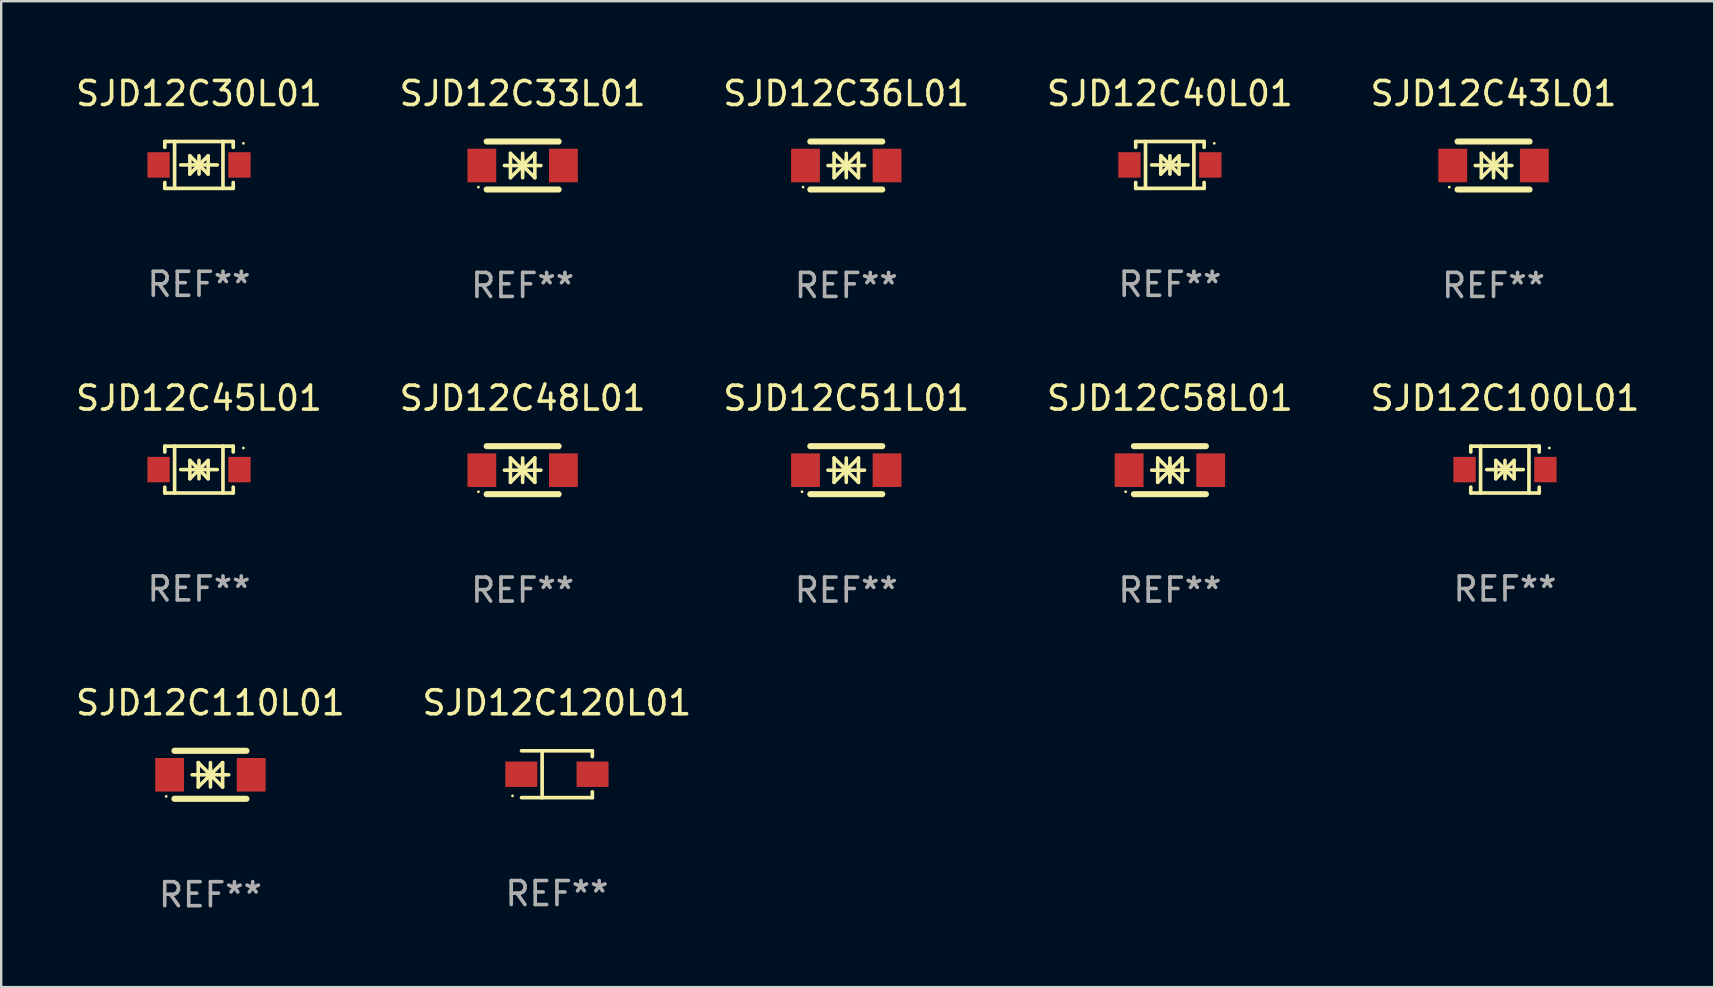
<source format=kicad_pcb>
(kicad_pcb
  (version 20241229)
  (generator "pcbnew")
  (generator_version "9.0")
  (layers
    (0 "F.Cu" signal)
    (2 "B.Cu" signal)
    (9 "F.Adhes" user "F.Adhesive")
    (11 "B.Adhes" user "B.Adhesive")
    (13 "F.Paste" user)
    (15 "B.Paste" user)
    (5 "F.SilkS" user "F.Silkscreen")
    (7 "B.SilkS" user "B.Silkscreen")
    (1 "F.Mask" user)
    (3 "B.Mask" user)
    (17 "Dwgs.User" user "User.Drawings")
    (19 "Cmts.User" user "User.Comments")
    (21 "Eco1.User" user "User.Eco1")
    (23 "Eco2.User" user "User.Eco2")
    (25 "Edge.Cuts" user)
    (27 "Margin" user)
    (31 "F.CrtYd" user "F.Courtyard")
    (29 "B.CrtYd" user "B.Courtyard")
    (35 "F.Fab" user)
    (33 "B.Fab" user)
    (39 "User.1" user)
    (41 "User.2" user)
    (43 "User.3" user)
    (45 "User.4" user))
  (footprint "SJD12C43L01"
    (layer "F.Cu")
    (at 59.196 3.848)
    (property "Reference" "SJD12C43L01" (at 0 -3 0) (layer "F.SilkS") (effects (font (size 1 1) (thickness 0.15))))
    (attr through_hole)
    (fp_line (start -1.5 -1) (end 1.5 -1) (stroke (width 0.254) (type solid)) (layer "F.SilkS"))
    (fp_line (start -1.5 1) (end 1.5 1) (stroke (width 0.254) (type solid)) (layer "F.SilkS"))
    (fp_line (start -0.762 0) (end 0.762 0) (stroke (width 0.15) (type solid)) (layer "F.SilkS"))
    (fp_line (start -0.508 -0.508) (end -0.508 0.508) (stroke (width 0.15) (type solid)) (layer "F.SilkS"))
    (fp_line (start 0 -0.508) (end 0 0.508) (stroke (width 0.15) (type solid)) (layer "F.SilkS"))
    (fp_line (start 0 0) (end -0.508 -0.508) (stroke (width 0.15) (type solid)) (layer "F.SilkS"))
    (fp_line (start 0 0) (end -0.508 0.508) (stroke (width 0.15) (type solid)) (layer "F.SilkS"))
    (fp_line (start 0 0) (end 0.508 -0.508) (stroke (width 0.15) (type solid)) (layer "F.SilkS"))
    (fp_line (start 0 0) (end 0.508 0.508) (stroke (width 0.15) (type solid)) (layer "F.SilkS"))
    (fp_line (start 0 0.254) (end 0 -0.254) (stroke (width 0.15) (type solid)) (layer "F.SilkS"))
    (fp_line (start 0.508 0.508) (end 0.508 -0.508) (stroke (width 0.15) (type solid)) (layer "F.SilkS"))
    (fp_circle (center -1.844 0.9) (end -1.814 0.9) (stroke (width 0.06) (type solid)) (fill no) (layer "F.SilkS"))
    (fp_text user "REF**" (at 0 5 0) (layer "F.Fab") (effects (font (size 1 1) (thickness 0.15))))
    (pad "1" smd rect (at -1.7 0) (size 1.2 1.4) (layers "F.Cu" "F.Mask" "F.Paste"))
    (pad "2" smd rect (at 1.7 0) (size 1.2 1.4) (layers "F.Cu" "F.Mask" "F.Paste")))
  (footprint "SJD12C33L01"
    (layer "F.Cu")
    (at 18.732 3.848)
    (property "Reference" "SJD12C33L01" (at 0 -3 0) (layer "F.SilkS") (effects (font (size 1 1) (thickness 0.15))))
    (attr through_hole)
    (fp_line (start -1.5 -1) (end 1.5 -1) (stroke (width 0.254) (type solid)) (layer "F.SilkS"))
    (fp_line (start -1.5 1) (end 1.5 1) (stroke (width 0.254) (type solid)) (layer "F.SilkS"))
    (fp_line (start -0.762 0) (end 0.762 0) (stroke (width 0.15) (type solid)) (layer "F.SilkS"))
    (fp_line (start -0.508 -0.508) (end -0.508 0.508) (stroke (width 0.15) (type solid)) (layer "F.SilkS"))
    (fp_line (start 0 -0.508) (end 0 0.508) (stroke (width 0.15) (type solid)) (layer "F.SilkS"))
    (fp_line (start 0 0) (end -0.508 -0.508) (stroke (width 0.15) (type solid)) (layer "F.SilkS"))
    (fp_line (start 0 0) (end -0.508 0.508) (stroke (width 0.15) (type solid)) (layer "F.SilkS"))
    (fp_line (start 0 0) (end 0.508 -0.508) (stroke (width 0.15) (type solid)) (layer "F.SilkS"))
    (fp_line (start 0 0) (end 0.508 0.508) (stroke (width 0.15) (type solid)) (layer "F.SilkS"))
    (fp_line (start 0 0.254) (end 0 -0.254) (stroke (width 0.15) (type solid)) (layer "F.SilkS"))
    (fp_line (start 0.508 0.508) (end 0.508 -0.508) (stroke (width 0.15) (type solid)) (layer "F.SilkS"))
    (fp_circle (center -1.844 0.9) (end -1.814 0.9) (stroke (width 0.06) (type solid)) (fill no) (layer "F.SilkS"))
    (fp_text user "REF**" (at 0 5 0) (layer "F.Fab") (effects (font (size 1 1) (thickness 0.15))))
    (pad "1" smd rect (at -1.7 0) (size 1.2 1.4) (layers "F.Cu" "F.Mask" "F.Paste"))
    (pad "2" smd rect (at 1.7 0) (size 1.2 1.4) (layers "F.Cu" "F.Mask" "F.Paste")))
  (footprint "SJD12C58L01"
    (layer "F.Cu")
    (at 45.708 16.545)
    (property "Reference" "SJD12C58L01" (at 0 -3 0) (layer "F.SilkS") (effects (font (size 1 1) (thickness 0.15))))
    (attr through_hole)
    (fp_line (start -1.5 -1) (end 1.5 -1) (stroke (width 0.254) (type solid)) (layer "F.SilkS"))
    (fp_line (start -1.5 1) (end 1.5 1) (stroke (width 0.254) (type solid)) (layer "F.SilkS"))
    (fp_line (start -0.762 0) (end 0.762 0) (stroke (width 0.15) (type solid)) (layer "F.SilkS"))
    (fp_line (start -0.508 -0.508) (end -0.508 0.508) (stroke (width 0.15) (type solid)) (layer "F.SilkS"))
    (fp_line (start 0 -0.508) (end 0 0.508) (stroke (width 0.15) (type solid)) (layer "F.SilkS"))
    (fp_line (start 0 0) (end -0.508 -0.508) (stroke (width 0.15) (type solid)) (layer "F.SilkS"))
    (fp_line (start 0 0) (end -0.508 0.508) (stroke (width 0.15) (type solid)) (layer "F.SilkS"))
    (fp_line (start 0 0) (end 0.508 -0.508) (stroke (width 0.15) (type solid)) (layer "F.SilkS"))
    (fp_line (start 0 0) (end 0.508 0.508) (stroke (width 0.15) (type solid)) (layer "F.SilkS"))
    (fp_line (start 0 0.254) (end 0 -0.254) (stroke (width 0.15) (type solid)) (layer "F.SilkS"))
    (fp_line (start 0.508 0.508) (end 0.508 -0.508) (stroke (width 0.15) (type solid)) (layer "F.SilkS"))
    (fp_circle (center -1.844 0.9) (end -1.814 0.9) (stroke (width 0.06) (type solid)) (fill no) (layer "F.SilkS"))
    (fp_text user "REF**" (at 0 5 0) (layer "F.Fab") (effects (font (size 1 1) (thickness 0.15))))
    (pad "1" smd rect (at -1.7 0) (size 1.2 1.4) (layers "F.Cu" "F.Mask" "F.Paste"))
    (pad "2" smd rect (at 1.7 0) (size 1.2 1.4) (layers "F.Cu" "F.Mask" "F.Paste")))
  (footprint "SJD12C48L01"
    (layer "F.Cu")
    (at 18.732 16.545)
    (property "Reference" "SJD12C48L01" (at 0 -3 0) (layer "F.SilkS") (effects (font (size 1 1) (thickness 0.15))))
    (attr through_hole)
    (fp_line (start -1.5 -1) (end 1.5 -1) (stroke (width 0.254) (type solid)) (layer "F.SilkS"))
    (fp_line (start -1.5 1) (end 1.5 1) (stroke (width 0.254) (type solid)) (layer "F.SilkS"))
    (fp_line (start -0.762 0) (end 0.762 0) (stroke (width 0.15) (type solid)) (layer "F.SilkS"))
    (fp_line (start -0.508 -0.508) (end -0.508 0.508) (stroke (width 0.15) (type solid)) (layer "F.SilkS"))
    (fp_line (start 0 -0.508) (end 0 0.508) (stroke (width 0.15) (type solid)) (layer "F.SilkS"))
    (fp_line (start 0 0) (end -0.508 -0.508) (stroke (width 0.15) (type solid)) (layer "F.SilkS"))
    (fp_line (start 0 0) (end -0.508 0.508) (stroke (width 0.15) (type solid)) (layer "F.SilkS"))
    (fp_line (start 0 0) (end 0.508 -0.508) (stroke (width 0.15) (type solid)) (layer "F.SilkS"))
    (fp_line (start 0 0) (end 0.508 0.508) (stroke (width 0.15) (type solid)) (layer "F.SilkS"))
    (fp_line (start 0 0.254) (end 0 -0.254) (stroke (width 0.15) (type solid)) (layer "F.SilkS"))
    (fp_line (start 0.508 0.508) (end 0.508 -0.508) (stroke (width 0.15) (type solid)) (layer "F.SilkS"))
    (fp_circle (center -1.844 0.9) (end -1.814 0.9) (stroke (width 0.06) (type solid)) (fill no) (layer "F.SilkS"))
    (fp_text user "REF**" (at 0 5 0) (layer "F.Fab") (effects (font (size 1 1) (thickness 0.15))))
    (pad "1" smd rect (at -1.7 0) (size 1.2 1.4) (layers "F.Cu" "F.Mask" "F.Paste"))
    (pad "2" smd rect (at 1.7 0) (size 1.2 1.4) (layers "F.Cu" "F.Mask" "F.Paste")))
  (footprint "SJD12C100L01"
    (layer "F.Cu")
    (at 59.673 16.521)
    (property "Reference" "SJD12C100L01" (at 0 -2.976 0) (layer "F.SilkS") (effects (font (size 1 1) (thickness 0.15))))
    (attr through_hole)
    (fp_line (start -1.426 -0.976) (end -1.426 -0.733) (stroke (width 0.152) (type solid)) (layer "F.SilkS"))
    (fp_line (start -1.426 -0.976) (end 1.426 -0.976) (stroke (width 0.152) (type solid)) (layer "F.SilkS"))
    (fp_line (start -1.426 0.976) (end -1.426 0.733) (stroke (width 0.152) (type solid)) (layer "F.SilkS"))
    (fp_line (start -1.426 0.976) (end 1.426 0.976) (stroke (width 0.152) (type solid)) (layer "F.SilkS"))
    (fp_line (start -1.017 -0.976) (end -1.017 0.976) (stroke (width 0.152) (type solid)) (layer "F.SilkS"))
    (fp_line (start -0.762 0) (end 0.762 0) (stroke (width 0.15) (type solid)) (layer "F.SilkS"))
    (fp_line (start -0.381 -0.381) (end 0 0) (stroke (width 0.15) (type solid)) (layer "F.SilkS"))
    (fp_line (start -0.381 0.381) (end -0.381 -0.381) (stroke (width 0.15) (type solid)) (layer "F.SilkS"))
    (fp_line (start 0 -0.381) (end 0 0.381) (stroke (width 0.15) (type solid)) (layer "F.SilkS"))
    (fp_line (start 0 0) (end -0.381 0.381) (stroke (width 0.15) (type solid)) (layer "F.SilkS"))
    (fp_line (start 0 0) (end 0.381 -0.381) (stroke (width 0.15) (type solid)) (layer "F.SilkS"))
    (fp_line (start 0.381 -0.381) (end 0.381 0.381) (stroke (width 0.15) (type solid)) (layer "F.SilkS"))
    (fp_line (start 0.381 0.381) (end 0 0) (stroke (width 0.15) (type solid)) (layer "F.SilkS"))
    (fp_line (start 0.999 -0.976) (end 0.999 0.976) (stroke (width 0.152) (type solid)) (layer "F.SilkS"))
    (fp_line (start 1.426 -0.976) (end 1.426 -0.733) (stroke (width 0.152) (type solid)) (layer "F.SilkS"))
    (fp_line (start 1.426 0.976) (end 1.426 0.733) (stroke (width 0.152) (type solid)) (layer "F.SilkS"))
    (fp_circle (center 1.85 -0.9) (end 1.88 -0.9) (stroke (width 0.06) (type solid)) (fill no) (layer "F.SilkS"))
    (fp_text user "REF**" (at 0 4.976 0) (layer "F.Fab") (effects (font (size 1 1) (thickness 0.15))))
    (pad "1" smd rect (at 1.685 0 180) (size 0.93 1.06) (layers "F.Cu" "F.Mask" "F.Paste"))
    (pad "2" smd rect (at -1.685 0 180) (size 0.93 1.06) (layers "F.Cu" "F.Mask" "F.Paste")))
  (footprint "SJD12C120L01"
    (layer "F.Cu")
    (at 20.161 29.217)
    (property "Reference" "SJD12C120L01" (at 0 -2.976 0) (layer "F.SilkS") (effects (font (size 1 1) (thickness 0.15))))
    (attr through_hole)
    (fp_line (start -1.476 -0.976) (end 1.476 -0.976) (stroke (width 0.152) (type solid)) (layer "F.SilkS"))
    (fp_line (start -1.476 0.976) (end 1.476 0.976) (stroke (width 0.152) (type solid)) (layer "F.SilkS"))
    (fp_line (start -0.617 -0.976) (end -0.617 0.976) (stroke (width 0.152) (type solid)) (layer "F.SilkS"))
    (fp_line (start 1.476 -0.976) (end 1.476 -0.733) (stroke (width 0.152) (type solid)) (layer "F.SilkS"))
    (fp_line (start 1.476 0.976) (end 1.476 0.733) (stroke (width 0.152) (type solid)) (layer "F.SilkS"))
    (fp_circle (center -1.85 0.9) (end -1.82 0.9) (stroke (width 0.06) (type solid)) (fill no) (layer "F.SilkS"))
    (fp_text user "REF**" (at 0 4.976 0) (layer "F.Fab") (effects (font (size 1 1) (thickness 0.15))))
    (pad "1" smd rect (at -1.485 0) (size 1.33 1.06) (layers "F.Cu" "F.Mask" "F.Paste"))
    (pad "2" smd rect (at 1.485 0) (size 1.33 1.06) (layers "F.Cu" "F.Mask" "F.Paste")))
  (footprint "SJD12C36L01"
    (layer "F.Cu")
    (at 32.22 3.848)
    (property "Reference" "SJD12C36L01" (at 0 -3 0) (layer "F.SilkS") (effects (font (size 1 1) (thickness 0.15))))
    (attr through_hole)
    (fp_line (start -1.5 -1) (end 1.5 -1) (stroke (width 0.254) (type solid)) (layer "F.SilkS"))
    (fp_line (start -1.5 1) (end 1.5 1) (stroke (width 0.254) (type solid)) (layer "F.SilkS"))
    (fp_line (start -0.762 0) (end 0.762 0) (stroke (width 0.15) (type solid)) (layer "F.SilkS"))
    (fp_line (start -0.508 -0.508) (end -0.508 0.508) (stroke (width 0.15) (type solid)) (layer "F.SilkS"))
    (fp_line (start 0 -0.508) (end 0 0.508) (stroke (width 0.15) (type solid)) (layer "F.SilkS"))
    (fp_line (start 0 0) (end -0.508 -0.508) (stroke (width 0.15) (type solid)) (layer "F.SilkS"))
    (fp_line (start 0 0) (end -0.508 0.508) (stroke (width 0.15) (type solid)) (layer "F.SilkS"))
    (fp_line (start 0 0) (end 0.508 -0.508) (stroke (width 0.15) (type solid)) (layer "F.SilkS"))
    (fp_line (start 0 0) (end 0.508 0.508) (stroke (width 0.15) (type solid)) (layer "F.SilkS"))
    (fp_line (start 0 0.254) (end 0 -0.254) (stroke (width 0.15) (type solid)) (layer "F.SilkS"))
    (fp_line (start 0.508 0.508) (end 0.508 -0.508) (stroke (width 0.15) (type solid)) (layer "F.SilkS"))
    (fp_circle (center -1.8 0.9) (end -1.77 0.9) (stroke (width 0.06) (type solid)) (fill no) (layer "F.SilkS"))
    (fp_text user "REF**" (at 0 5 0) (layer "F.Fab") (effects (font (size 1 1) (thickness 0.15))))
    (pad "1" smd rect (at -1.7 0) (size 1.2 1.4) (layers "F.Cu" "F.Mask" "F.Paste"))
    (pad "2" smd rect (at 1.7 0) (size 1.2 1.4) (layers "F.Cu" "F.Mask" "F.Paste")))
  (footprint "SJD12C51L01"
    (layer "F.Cu")
    (at 32.22 16.545)
    (property "Reference" "SJD12C51L01" (at 0 -3 0) (layer "F.SilkS") (effects (font (size 1 1) (thickness 0.15))))
    (attr through_hole)
    (fp_line (start -1.5 -1) (end 1.5 -1) (stroke (width 0.254) (type solid)) (layer "F.SilkS"))
    (fp_line (start -1.5 1) (end 1.5 1) (stroke (width 0.254) (type solid)) (layer "F.SilkS"))
    (fp_line (start -0.762 0) (end 0.762 0) (stroke (width 0.15) (type solid)) (layer "F.SilkS"))
    (fp_line (start -0.508 -0.508) (end -0.508 0.508) (stroke (width 0.15) (type solid)) (layer "F.SilkS"))
    (fp_line (start 0 -0.508) (end 0 0.508) (stroke (width 0.15) (type solid)) (layer "F.SilkS"))
    (fp_line (start 0 0) (end -0.508 -0.508) (stroke (width 0.15) (type solid)) (layer "F.SilkS"))
    (fp_line (start 0 0) (end -0.508 0.508) (stroke (width 0.15) (type solid)) (layer "F.SilkS"))
    (fp_line (start 0 0) (end 0.508 -0.508) (stroke (width 0.15) (type solid)) (layer "F.SilkS"))
    (fp_line (start 0 0) (end 0.508 0.508) (stroke (width 0.15) (type solid)) (layer "F.SilkS"))
    (fp_line (start 0 0.254) (end 0 -0.254) (stroke (width 0.15) (type solid)) (layer "F.SilkS"))
    (fp_line (start 0.508 0.508) (end 0.508 -0.508) (stroke (width 0.15) (type solid)) (layer "F.SilkS"))
    (fp_circle (center -1.844 0.9) (end -1.814 0.9) (stroke (width 0.06) (type solid)) (fill no) (layer "F.SilkS"))
    (fp_text user "REF**" (at 0 5 0) (layer "F.Fab") (effects (font (size 1 1) (thickness 0.15))))
    (pad "1" smd rect (at -1.7 0) (size 1.2 1.4) (layers "F.Cu" "F.Mask" "F.Paste"))
    (pad "2" smd rect (at 1.7 0) (size 1.2 1.4) (layers "F.Cu" "F.Mask" "F.Paste")))
  (footprint "SJD12C110L01"
    (layer "F.Cu")
    (at 5.72 29.241)
    (property "Reference" "SJD12C110L01" (at 0 -3 0) (layer "F.SilkS") (effects (font (size 1 1) (thickness 0.15))))
    (attr through_hole)
    (fp_line (start -1.5 -1) (end 1.5 -1) (stroke (width 0.254) (type solid)) (layer "F.SilkS"))
    (fp_line (start -1.5 1) (end 1.5 1) (stroke (width 0.254) (type solid)) (layer "F.SilkS"))
    (fp_line (start -0.762 0) (end 0.762 0) (stroke (width 0.15) (type solid)) (layer "F.SilkS"))
    (fp_line (start -0.508 -0.508) (end -0.508 0.508) (stroke (width 0.15) (type solid)) (layer "F.SilkS"))
    (fp_line (start 0 -0.508) (end 0 0.508) (stroke (width 0.15) (type solid)) (layer "F.SilkS"))
    (fp_line (start 0 0) (end -0.508 -0.508) (stroke (width 0.15) (type solid)) (layer "F.SilkS"))
    (fp_line (start 0 0) (end -0.508 0.508) (stroke (width 0.15) (type solid)) (layer "F.SilkS"))
    (fp_line (start 0 0) (end 0.508 -0.508) (stroke (width 0.15) (type solid)) (layer "F.SilkS"))
    (fp_line (start 0 0) (end 0.508 0.508) (stroke (width 0.15) (type solid)) (layer "F.SilkS"))
    (fp_line (start 0 0.254) (end 0 -0.254) (stroke (width 0.15) (type solid)) (layer "F.SilkS"))
    (fp_line (start 0.508 0.508) (end 0.508 -0.508) (stroke (width 0.15) (type solid)) (layer "F.SilkS"))
    (fp_circle (center -1.844 0.9) (end -1.814 0.9) (stroke (width 0.06) (type solid)) (fill no) (layer "F.SilkS"))
    (fp_text user "REF**" (at 0 5 0) (layer "F.Fab") (effects (font (size 1 1) (thickness 0.15))))
    (pad "1" smd rect (at -1.7 0) (size 1.2 1.4) (layers "F.Cu" "F.Mask" "F.Paste"))
    (pad "2" smd rect (at 1.7 0) (size 1.2 1.4) (layers "F.Cu" "F.Mask" "F.Paste")))
  (footprint "SJD12C40L01"
    (layer "F.Cu")
    (at 45.708 3.824)
    (property "Reference" "SJD12C40L01" (at 0 -2.976 0) (layer "F.SilkS") (effects (font (size 1 1) (thickness 0.15))))
    (attr through_hole)
    (fp_line (start -1.426 -0.976) (end -1.426 -0.733) (stroke (width 0.152) (type solid)) (layer "F.SilkS"))
    (fp_line (start -1.426 -0.976) (end 1.426 -0.976) (stroke (width 0.152) (type solid)) (layer "F.SilkS"))
    (fp_line (start -1.426 0.976) (end -1.426 0.733) (stroke (width 0.152) (type solid)) (layer "F.SilkS"))
    (fp_line (start -1.426 0.976) (end 1.426 0.976) (stroke (width 0.152) (type solid)) (layer "F.SilkS"))
    (fp_line (start -1.017 -0.976) (end -1.017 0.976) (stroke (width 0.152) (type solid)) (layer "F.SilkS"))
    (fp_line (start -0.762 0) (end 0.762 0) (stroke (width 0.15) (type solid)) (layer "F.SilkS"))
    (fp_line (start -0.381 -0.381) (end 0 0) (stroke (width 0.15) (type solid)) (layer "F.SilkS"))
    (fp_line (start -0.381 0.381) (end -0.381 -0.381) (stroke (width 0.15) (type solid)) (layer "F.SilkS"))
    (fp_line (start 0 -0.381) (end 0 0.381) (stroke (width 0.15) (type solid)) (layer "F.SilkS"))
    (fp_line (start 0 0) (end -0.381 0.381) (stroke (width 0.15) (type solid)) (layer "F.SilkS"))
    (fp_line (start 0 0) (end 0.381 -0.381) (stroke (width 0.15) (type solid)) (layer "F.SilkS"))
    (fp_line (start 0.381 -0.381) (end 0.381 0.381) (stroke (width 0.15) (type solid)) (layer "F.SilkS"))
    (fp_line (start 0.381 0.381) (end 0 0) (stroke (width 0.15) (type solid)) (layer "F.SilkS"))
    (fp_line (start 0.999 -0.976) (end 0.999 0.976) (stroke (width 0.152) (type solid)) (layer "F.SilkS"))
    (fp_line (start 1.426 -0.976) (end 1.426 -0.733) (stroke (width 0.152) (type solid)) (layer "F.SilkS"))
    (fp_line (start 1.426 0.976) (end 1.426 0.733) (stroke (width 0.152) (type solid)) (layer "F.SilkS"))
    (fp_circle (center 1.85 -0.9) (end 1.88 -0.9) (stroke (width 0.06) (type solid)) (fill no) (layer "F.SilkS"))
    (fp_text user "REF**" (at 0 4.976 0) (layer "F.Fab") (effects (font (size 1 1) (thickness 0.15))))
    (pad "1" smd rect (at 1.685 0 180) (size 0.93 1.06) (layers "F.Cu" "F.Mask" "F.Paste"))
    (pad "2" smd rect (at -1.685 0 180) (size 0.93 1.06) (layers "F.Cu" "F.Mask" "F.Paste")))
  (footprint "SJD12C30L01"
    (layer "F.Cu")
    (at 5.244 3.824)
    (property "Reference" "SJD12C30L01" (at 0 -2.976 0) (layer "F.SilkS") (effects (font (size 1 1) (thickness 0.15))))
    (attr through_hole)
    (fp_line (start -1.426 -0.976) (end -1.426 -0.733) (stroke (width 0.152) (type solid)) (layer "F.SilkS"))
    (fp_line (start -1.426 -0.976) (end 1.426 -0.976) (stroke (width 0.152) (type solid)) (layer "F.SilkS"))
    (fp_line (start -1.426 0.976) (end -1.426 0.733) (stroke (width 0.152) (type solid)) (layer "F.SilkS"))
    (fp_line (start -1.426 0.976) (end 1.426 0.976) (stroke (width 0.152) (type solid)) (layer "F.SilkS"))
    (fp_line (start -1.017 -0.976) (end -1.017 0.976) (stroke (width 0.152) (type solid)) (layer "F.SilkS"))
    (fp_line (start -0.762 0) (end 0.762 0) (stroke (width 0.15) (type solid)) (layer "F.SilkS"))
    (fp_line (start -0.381 -0.381) (end 0 0) (stroke (width 0.15) (type solid)) (layer "F.SilkS"))
    (fp_line (start -0.381 0.381) (end -0.381 -0.381) (stroke (width 0.15) (type solid)) (layer "F.SilkS"))
    (fp_line (start 0 -0.381) (end 0 0.381) (stroke (width 0.15) (type solid)) (layer "F.SilkS"))
    (fp_line (start 0 0) (end -0.381 0.381) (stroke (width 0.15) (type solid)) (layer "F.SilkS"))
    (fp_line (start 0 0) (end 0.381 -0.381) (stroke (width 0.15) (type solid)) (layer "F.SilkS"))
    (fp_line (start 0.381 -0.381) (end 0.381 0.381) (stroke (width 0.15) (type solid)) (layer "F.SilkS"))
    (fp_line (start 0.381 0.381) (end 0 0) (stroke (width 0.15) (type solid)) (layer "F.SilkS"))
    (fp_line (start 0.999 -0.976) (end 0.999 0.976) (stroke (width 0.152) (type solid)) (layer "F.SilkS"))
    (fp_line (start 1.426 -0.976) (end 1.426 -0.733) (stroke (width 0.152) (type solid)) (layer "F.SilkS"))
    (fp_line (start 1.426 0.976) (end 1.426 0.733) (stroke (width 0.152) (type solid)) (layer "F.SilkS"))
    (fp_circle (center 1.85 -0.9) (end 1.88 -0.9) (stroke (width 0.06) (type solid)) (fill no) (layer "F.SilkS"))
    (fp_text user "REF**" (at 0 4.976 0) (layer "F.Fab") (effects (font (size 1 1) (thickness 0.15))))
    (pad "1" smd rect (at 1.685 0 180) (size 0.93 1.06) (layers "F.Cu" "F.Mask" "F.Paste"))
    (pad "2" smd rect (at -1.685 0 180) (size 0.93 1.06) (layers "F.Cu" "F.Mask" "F.Paste")))
  (footprint "SJD12C45L01"
    (layer "F.Cu")
    (at 5.244 16.521)
    (property "Reference" "SJD12C45L01" (at 0 -2.976 0) (layer "F.SilkS") (effects (font (size 1 1) (thickness 0.15))))
    (attr through_hole)
    (fp_line (start -1.426 -0.976) (end -1.426 -0.733) (stroke (width 0.152) (type solid)) (layer "F.SilkS"))
    (fp_line (start -1.426 -0.976) (end 1.426 -0.976) (stroke (width 0.152) (type solid)) (layer "F.SilkS"))
    (fp_line (start -1.426 0.976) (end -1.426 0.733) (stroke (width 0.152) (type solid)) (layer "F.SilkS"))
    (fp_line (start -1.426 0.976) (end 1.426 0.976) (stroke (width 0.152) (type solid)) (layer "F.SilkS"))
    (fp_line (start -1.017 -0.976) (end -1.017 0.976) (stroke (width 0.152) (type solid)) (layer "F.SilkS"))
    (fp_line (start -0.762 0) (end 0.762 0) (stroke (width 0.15) (type solid)) (layer "F.SilkS"))
    (fp_line (start -0.381 -0.381) (end 0 0) (stroke (width 0.15) (type solid)) (layer "F.SilkS"))
    (fp_line (start -0.381 0.381) (end -0.381 -0.381) (stroke (width 0.15) (type solid)) (layer "F.SilkS"))
    (fp_line (start 0 -0.381) (end 0 0.381) (stroke (width 0.15) (type solid)) (layer "F.SilkS"))
    (fp_line (start 0 0) (end -0.381 0.381) (stroke (width 0.15) (type solid)) (layer "F.SilkS"))
    (fp_line (start 0 0) (end 0.381 -0.381) (stroke (width 0.15) (type solid)) (layer "F.SilkS"))
    (fp_line (start 0.381 -0.381) (end 0.381 0.381) (stroke (width 0.15) (type solid)) (layer "F.SilkS"))
    (fp_line (start 0.381 0.381) (end 0 0) (stroke (width 0.15) (type solid)) (layer "F.SilkS"))
    (fp_line (start 0.999 -0.976) (end 0.999 0.976) (stroke (width 0.152) (type solid)) (layer "F.SilkS"))
    (fp_line (start 1.426 -0.976) (end 1.426 -0.733) (stroke (width 0.152) (type solid)) (layer "F.SilkS"))
    (fp_line (start 1.426 0.976) (end 1.426 0.733) (stroke (width 0.152) (type solid)) (layer "F.SilkS"))
    (fp_circle (center 1.85 -0.9) (end 1.88 -0.9) (stroke (width 0.06) (type solid)) (fill no) (layer "F.SilkS"))
    (fp_text user "REF**" (at 0 4.976 0) (layer "F.Fab") (effects (font (size 1 1) (thickness 0.15))))
    (pad "1" smd rect (at 1.685 0 180) (size 0.93 1.06) (layers "F.Cu" "F.Mask" "F.Paste"))
    (pad "2" smd rect (at -1.685 0 180) (size 0.93 1.06) (layers "F.Cu" "F.Mask" "F.Paste")))
  (gr_rect
    (start -3 -3)
    (end 68.393 38.09)
    (stroke (width 0.1) (type default))
    (fill no)
    (layer "Edge.Cuts")))
</source>
